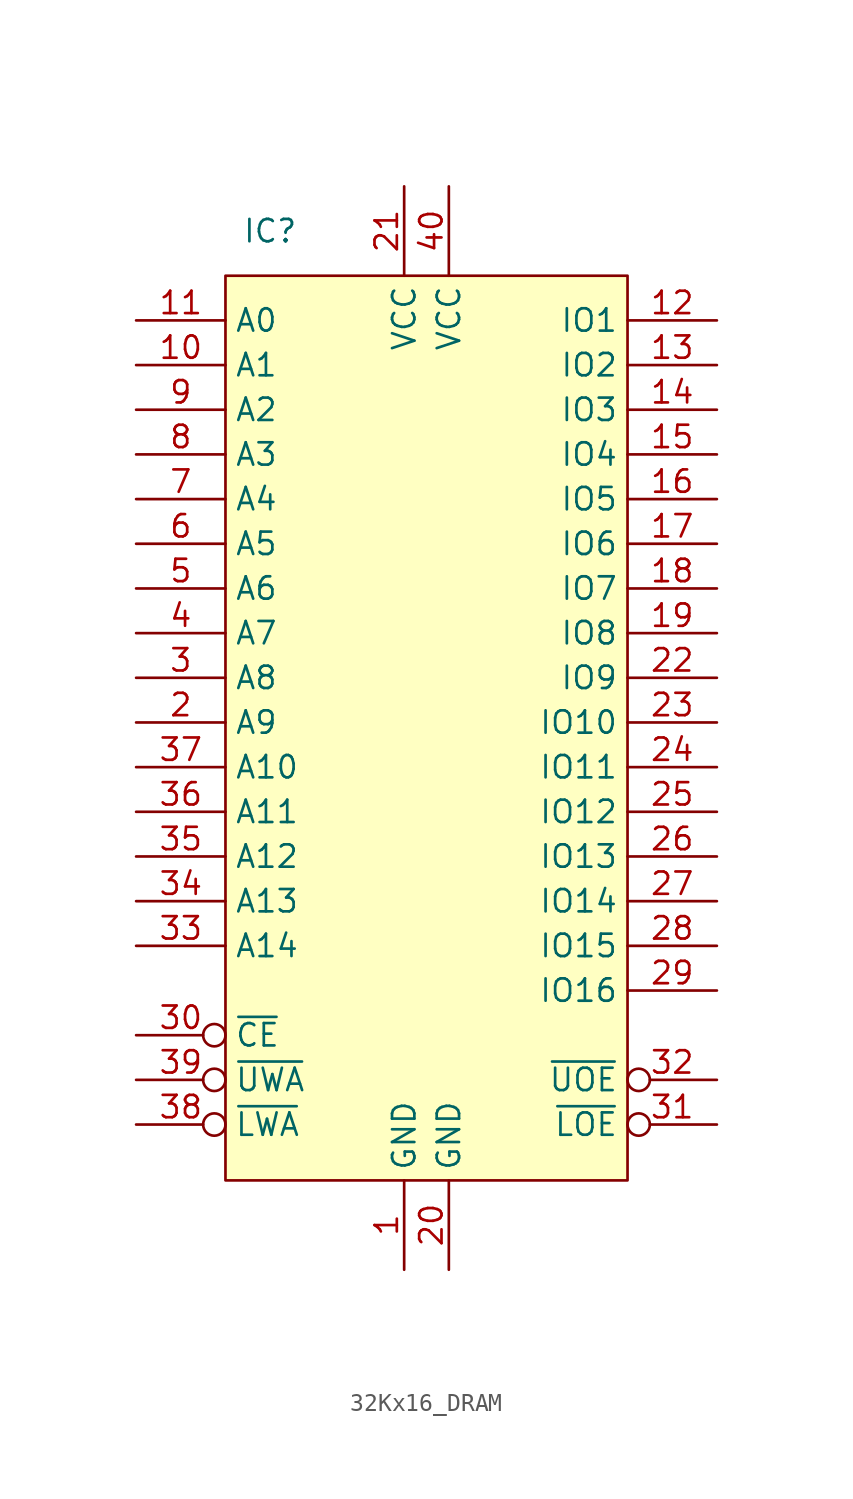
<source format=kicad_sym>
(kicad_symbol_lib
  (version 20220914)
  (generator kicad_symbol_editor)
  (symbol "32Kx16_DRAM"
    (property "Reference" "IC"
      (at -8.89 22.225 0)
      (effects (font (size 1.27 1.27))))
    (property "Value" ""
      (at 0 0 0)
      (effects (font (size 1.27 1.27))))
    (symbol "32Kx16_DRAM_1_1"
      (rectangle (start -11.43 19.685) (end 11.43 -31.75) (stroke (width 0) (type default)) (fill (type background)))
      (pin power_out line (at -1.27 -36.83 90) (length 5.08) (name "GND" (effects (font (size 1.27 1.27)))) (number "1" (effects (font (size 1.27 1.27)))))
      (pin input line (at -16.51 14.605 0) (length 5.08) (name "A1" (effects (font (size 1.27 1.27)))) (number "10" (effects (font (size 1.27 1.27)))))
      (pin input line (at -16.51 17.145 0) (length 5.08) (name "A0" (effects (font (size 1.27 1.27)))) (number "11" (effects (font (size 1.27 1.27)))))
      (pin bidirectional line (at 16.51 17.145 180) (length 5.08) (name "IO1" (effects (font (size 1.27 1.27)))) (number "12" (effects (font (size 1.27 1.27)))))
      (pin bidirectional line (at 16.51 14.605 180) (length 5.08) (name "IO2" (effects (font (size 1.27 1.27)))) (number "13" (effects (font (size 1.27 1.27)))))
      (pin bidirectional line (at 16.51 12.065 180) (length 5.08) (name "IO3" (effects (font (size 1.27 1.27)))) (number "14" (effects (font (size 1.27 1.27)))))
      (pin bidirectional line (at 16.51 9.525 180) (length 5.08) (name "IO4" (effects (font (size 1.27 1.27)))) (number "15" (effects (font (size 1.27 1.27)))))
      (pin bidirectional line (at 16.51 6.985 180) (length 5.08) (name "IO5" (effects (font (size 1.27 1.27)))) (number "16" (effects (font (size 1.27 1.27)))))
      (pin bidirectional line (at 16.51 4.445 180) (length 5.08) (name "IO6" (effects (font (size 1.27 1.27)))) (number "17" (effects (font (size 1.27 1.27)))))
      (pin bidirectional line (at 16.51 1.905 180) (length 5.08) (name "IO7" (effects (font (size 1.27 1.27)))) (number "18" (effects (font (size 1.27 1.27)))))
      (pin bidirectional line (at 16.51 -0.635 180) (length 5.08) (name "IO8" (effects (font (size 1.27 1.27)))) (number "19" (effects (font (size 1.27 1.27)))))
      (pin input line (at -16.51 -5.715 0) (length 5.08) (name "A9" (effects (font (size 1.27 1.27)))) (number "2" (effects (font (size 1.27 1.27)))))
      (pin power_out line (at 1.27 -36.83 90) (length 5.08) (name "GND" (effects (font (size 1.27 1.27)))) (number "20" (effects (font (size 1.27 1.27)))))
      (pin power_in line (at -1.27 24.765 270) (length 5.08) (name "VCC" (effects (font (size 1.27 1.27)))) (number "21" (effects (font (size 1.27 1.27)))))
      (pin bidirectional line (at 16.51 -3.175 180) (length 5.08) (name "IO9" (effects (font (size 1.27 1.27)))) (number "22" (effects (font (size 1.27 1.27)))))
      (pin bidirectional line (at 16.51 -5.715 180) (length 5.08) (name "IO10" (effects (font (size 1.27 1.27)))) (number "23" (effects (font (size 1.27 1.27)))))
      (pin bidirectional line (at 16.51 -8.255 180) (length 5.08) (name "IO11" (effects (font (size 1.27 1.27)))) (number "24" (effects (font (size 1.27 1.27)))))
      (pin bidirectional line (at 16.51 -10.795 180) (length 5.08) (name "IO12" (effects (font (size 1.27 1.27)))) (number "25" (effects (font (size 1.27 1.27)))))
      (pin bidirectional line (at 16.51 -13.335 180) (length 5.08) (name "IO13" (effects (font (size 1.27 1.27)))) (number "26" (effects (font (size 1.27 1.27)))))
      (pin bidirectional line (at 16.51 -15.875 180) (length 5.08) (name "IO14" (effects (font (size 1.27 1.27)))) (number "27" (effects (font (size 1.27 1.27)))))
      (pin bidirectional line (at 16.51 -18.415 180) (length 5.08) (name "IO15" (effects (font (size 1.27 1.27)))) (number "28" (effects (font (size 1.27 1.27)))))
      (pin bidirectional line (at 16.51 -20.955 180) (length 5.08) (name "IO16" (effects (font (size 1.27 1.27)))) (number "29" (effects (font (size 1.27 1.27)))))
      (pin input line (at -16.51 -3.175 0) (length 5.08) (name "A8" (effects (font (size 1.27 1.27)))) (number "3" (effects (font (size 1.27 1.27)))))
      (pin input inverted (at -16.51 -23.495 0) (length 5.08) (name "~{CE}" (effects (font (size 1.27 1.27)))) (number "30" (effects (font (size 1.27 1.27)))))
      (pin input inverted (at 16.51 -28.575 180) (length 5.08) (name "~{LOE}" (effects (font (size 1.27 1.27)))) (number "31" (effects (font (size 1.27 1.27)))))
      (pin input inverted (at 16.51 -26.035 180) (length 5.08) (name "~{UOE}" (effects (font (size 1.27 1.27)))) (number "32" (effects (font (size 1.27 1.27)))))
      (pin input line (at -16.51 -18.415 0) (length 5.08) (name "A14" (effects (font (size 1.27 1.27)))) (number "33" (effects (font (size 1.27 1.27)))))
      (pin input line (at -16.51 -15.875 0) (length 5.08) (name "A13" (effects (font (size 1.27 1.27)))) (number "34" (effects (font (size 1.27 1.27)))))
      (pin input line (at -16.51 -13.335 0) (length 5.08) (name "A12" (effects (font (size 1.27 1.27)))) (number "35" (effects (font (size 1.27 1.27)))))
      (pin input line (at -16.51 -10.795 0) (length 5.08) (name "A11" (effects (font (size 1.27 1.27)))) (number "36" (effects (font (size 1.27 1.27)))))
      (pin input line (at -16.51 -8.255 0) (length 5.08) (name "A10" (effects (font (size 1.27 1.27)))) (number "37" (effects (font (size 1.27 1.27)))))
      (pin input inverted (at -16.51 -28.575 0) (length 5.08) (name "~{LWA}" (effects (font (size 1.27 1.27)))) (number "38" (effects (font (size 1.27 1.27)))))
      (pin input inverted (at -16.51 -26.035 0) (length 5.08) (name "~{UWA}" (effects (font (size 1.27 1.27)))) (number "39" (effects (font (size 1.27 1.27)))))
      (pin input line (at -16.51 -0.635 0) (length 5.08) (name "A7" (effects (font (size 1.27 1.27)))) (number "4" (effects (font (size 1.27 1.27)))))
      (pin power_in line (at 1.27 24.765 270) (length 5.08) (name "VCC" (effects (font (size 1.27 1.27)))) (number "40" (effects (font (size 1.27 1.27)))))
      (pin input line (at -16.51 1.905 0) (length 5.08) (name "A6" (effects (font (size 1.27 1.27)))) (number "5" (effects (font (size 1.27 1.27)))))
      (pin input line (at -16.51 4.445 0) (length 5.08) (name "A5" (effects (font (size 1.27 1.27)))) (number "6" (effects (font (size 1.27 1.27)))))
      (pin input line (at -16.51 6.985 0) (length 5.08) (name "A4" (effects (font (size 1.27 1.27)))) (number "7" (effects (font (size 1.27 1.27)))))
      (pin input line (at -16.51 9.525 0) (length 5.08) (name "A3" (effects (font (size 1.27 1.27)))) (number "8" (effects (font (size 1.27 1.27)))))
      (pin input line (at -16.51 12.065 0) (length 5.08) (name "A2" (effects (font (size 1.27 1.27)))) (number "9" (effects (font (size 1.27 1.27))))))))
</source>
